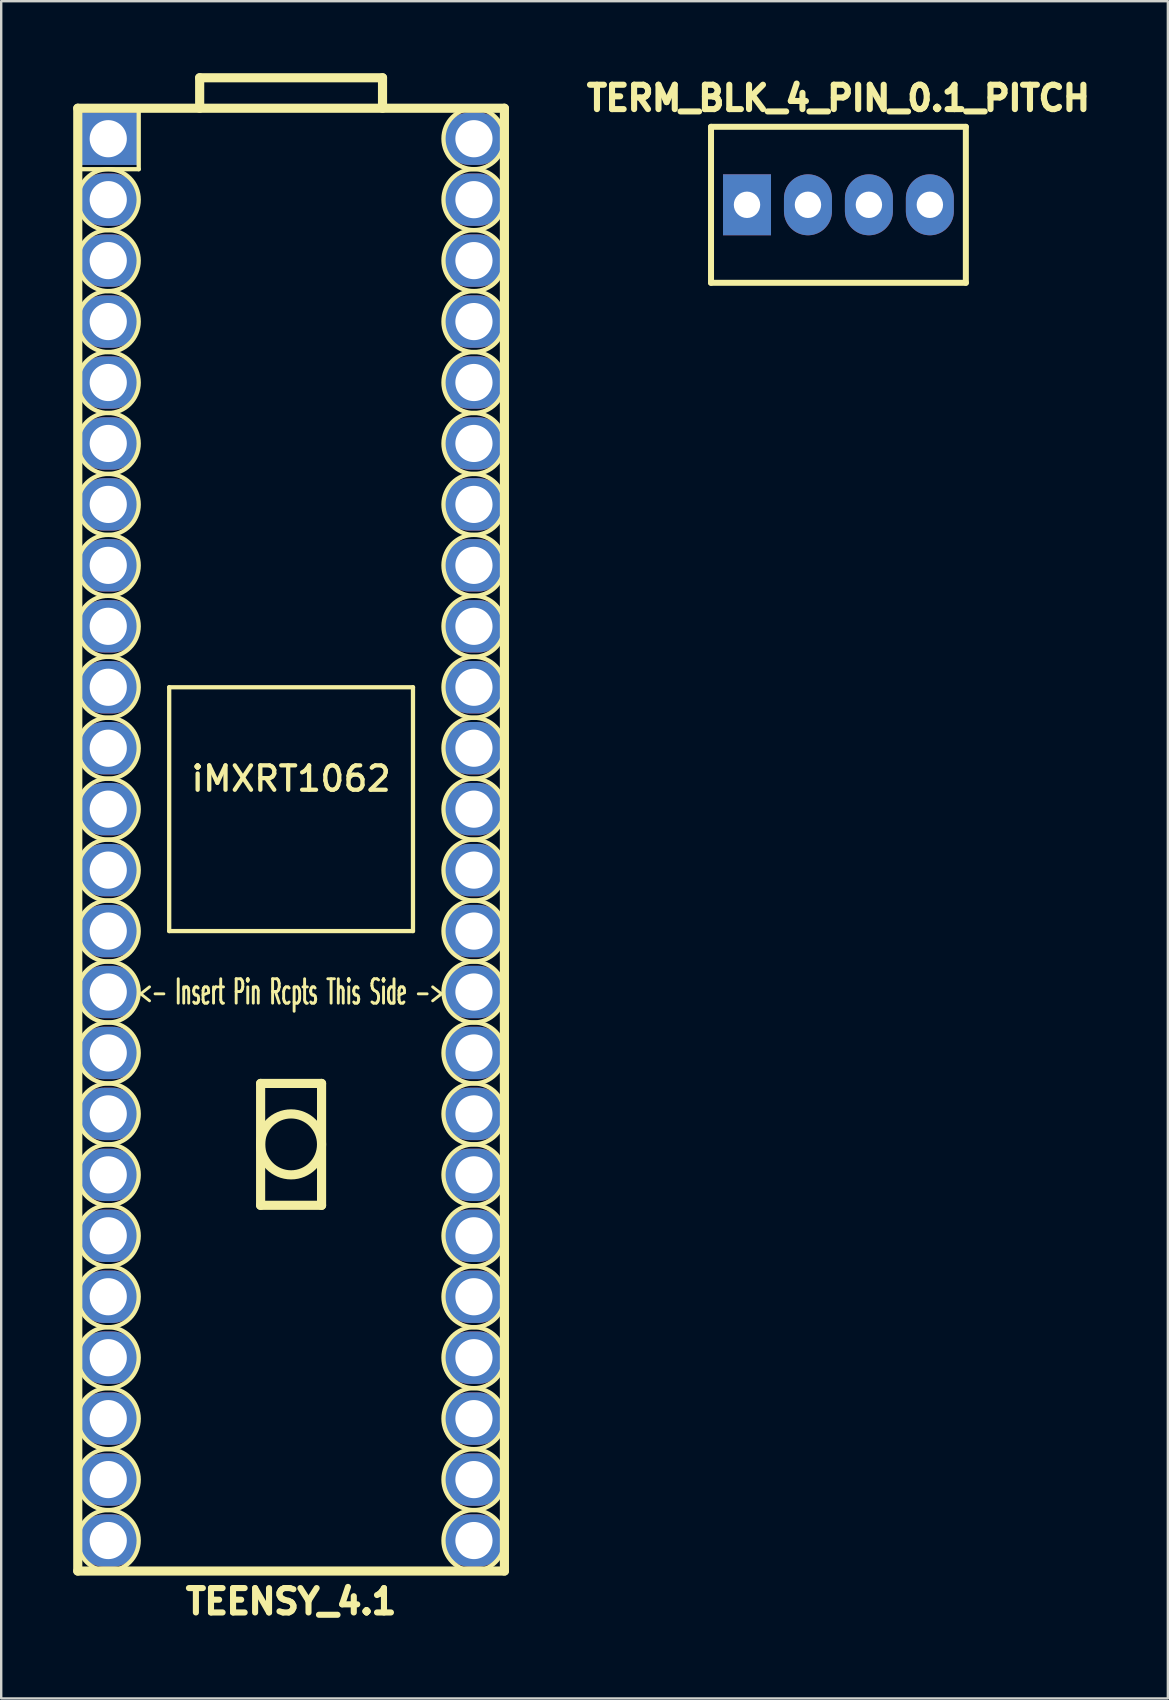
<source format=kicad_pcb>
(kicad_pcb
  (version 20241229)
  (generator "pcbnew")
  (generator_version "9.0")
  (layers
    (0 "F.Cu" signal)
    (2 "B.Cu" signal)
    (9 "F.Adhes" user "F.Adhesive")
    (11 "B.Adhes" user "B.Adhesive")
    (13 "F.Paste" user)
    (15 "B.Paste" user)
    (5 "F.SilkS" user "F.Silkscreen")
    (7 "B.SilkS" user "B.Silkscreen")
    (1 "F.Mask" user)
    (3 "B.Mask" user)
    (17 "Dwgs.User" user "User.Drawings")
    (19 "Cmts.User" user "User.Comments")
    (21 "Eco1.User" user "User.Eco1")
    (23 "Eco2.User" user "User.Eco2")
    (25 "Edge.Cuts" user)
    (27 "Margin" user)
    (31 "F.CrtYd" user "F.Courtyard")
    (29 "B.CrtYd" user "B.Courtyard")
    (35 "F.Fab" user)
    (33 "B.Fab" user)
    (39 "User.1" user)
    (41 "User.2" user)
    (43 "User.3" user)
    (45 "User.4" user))
  (footprint "TEENSY_4.1"
    (layer "F.Cu")
    (at 9.081 19.241)
    (property "Reference" "TEENSY_4.1" (at 0 44.45 0) (layer "F.SilkS") (effects (font (size 1.016 1.016) (thickness 0.254))))
    (attr through_hole)
    (fp_line (start -8.89 -17.78) (end -8.89 43.18) (stroke (width 0.381) (type solid)) (layer "F.SilkS"))
    (fp_line (start -8.89 -15.24) (end -6.35 -15.24) (stroke (width 0.178) (type solid)) (layer "F.SilkS"))
    (fp_line (start -8.89 43.18) (end 8.89 43.18) (stroke (width 0.381) (type solid)) (layer "F.SilkS"))
    (fp_line (start -6.35 -15.24) (end -6.35 -17.78) (stroke (width 0.178) (type solid)) (layer "F.SilkS"))
    (fp_line (start -5.08 6.35) (end -5.08 16.51) (stroke (width 0.178) (type solid)) (layer "F.SilkS"))
    (fp_line (start -5.08 16.51) (end 5.08 16.51) (stroke (width 0.178) (type solid)) (layer "F.SilkS"))
    (fp_line (start -3.81 -19.05) (end 3.81 -19.05) (stroke (width 0.381) (type solid)) (layer "F.SilkS"))
    (fp_line (start -3.81 -17.78) (end -3.81 -19.05) (stroke (width 0.381) (type solid)) (layer "F.SilkS"))
    (fp_line (start -1.27 22.86) (end -1.27 27.94) (stroke (width 0.381) (type solid)) (layer "F.SilkS"))
    (fp_line (start -1.27 27.94) (end 1.27 27.94) (stroke (width 0.381) (type solid)) (layer "F.SilkS"))
    (fp_line (start 1.27 22.86) (end -1.27 22.86) (stroke (width 0.381) (type solid)) (layer "F.SilkS"))
    (fp_line (start 1.27 27.94) (end 1.27 22.86) (stroke (width 0.381) (type solid)) (layer "F.SilkS"))
    (fp_line (start 3.81 -19.05) (end 3.81 -17.78) (stroke (width 0.381) (type solid)) (layer "F.SilkS"))
    (fp_line (start 5.08 6.35) (end -5.08 6.35) (stroke (width 0.178) (type solid)) (layer "F.SilkS"))
    (fp_line (start 5.08 16.51) (end 5.08 6.35) (stroke (width 0.178) (type solid)) (layer "F.SilkS"))
    (fp_line (start 8.89 -17.78) (end -8.89 -17.78) (stroke (width 0.381) (type solid)) (layer "F.SilkS"))
    (fp_line (start 8.89 43.18) (end 8.89 -17.78) (stroke (width 0.381) (type solid)) (layer "F.SilkS"))
    (fp_circle (center -7.62 -13.97) (end -6.35 -13.97) (stroke (width 0.178) (type solid)) (fill no) (layer "F.SilkS"))
    (fp_circle (center -7.62 -11.43) (end -6.35 -11.43) (stroke (width 0.178) (type solid)) (fill no) (layer "F.SilkS"))
    (fp_circle (center -7.62 -8.89) (end -6.35 -8.89) (stroke (width 0.178) (type solid)) (fill no) (layer "F.SilkS"))
    (fp_circle (center -7.62 -6.35) (end -6.35 -6.35) (stroke (width 0.178) (type solid)) (fill no) (layer "F.SilkS"))
    (fp_circle (center -7.62 -3.81) (end -6.35 -3.81) (stroke (width 0.178) (type solid)) (fill no) (layer "F.SilkS"))
    (fp_circle (center -7.62 -1.27) (end -6.35 -1.27) (stroke (width 0.178) (type solid)) (fill no) (layer "F.SilkS"))
    (fp_circle (center -7.62 1.27) (end -6.35 1.27) (stroke (width 0.178) (type solid)) (fill no) (layer "F.SilkS"))
    (fp_circle (center -7.62 3.81) (end -6.35 3.81) (stroke (width 0.178) (type solid)) (fill no) (layer "F.SilkS"))
    (fp_circle (center -7.62 6.35) (end -6.35 6.35) (stroke (width 0.178) (type solid)) (fill no) (layer "F.SilkS"))
    (fp_circle (center -7.62 8.89) (end -6.35 8.89) (stroke (width 0.178) (type solid)) (fill no) (layer "F.SilkS"))
    (fp_circle (center -7.62 11.43) (end -6.35 11.43) (stroke (width 0.178) (type solid)) (fill no) (layer "F.SilkS"))
    (fp_circle (center -7.62 13.97) (end -6.35 13.97) (stroke (width 0.178) (type solid)) (fill no) (layer "F.SilkS"))
    (fp_circle (center -7.62 16.51) (end -6.35 16.51) (stroke (width 0.178) (type solid)) (fill no) (layer "F.SilkS"))
    (fp_circle (center -7.62 19.05) (end -6.35 19.05) (stroke (width 0.178) (type solid)) (fill no) (layer "F.SilkS"))
    (fp_circle (center -7.62 21.59) (end -6.35 21.59) (stroke (width 0.178) (type solid)) (fill no) (layer "F.SilkS"))
    (fp_circle (center -7.62 24.13) (end -6.35 24.13) (stroke (width 0.178) (type solid)) (fill no) (layer "F.SilkS"))
    (fp_circle (center -7.62 26.67) (end -6.35 26.67) (stroke (width 0.178) (type solid)) (fill no) (layer "F.SilkS"))
    (fp_circle (center -7.62 29.21) (end -6.35 29.21) (stroke (width 0.178) (type solid)) (fill no) (layer "F.SilkS"))
    (fp_circle (center -7.62 31.75) (end -6.35 31.75) (stroke (width 0.178) (type solid)) (fill no) (layer "F.SilkS"))
    (fp_circle (center -7.62 34.29) (end -6.35 34.29) (stroke (width 0.178) (type solid)) (fill no) (layer "F.SilkS"))
    (fp_circle (center -7.62 36.83) (end -6.35 36.83) (stroke (width 0.178) (type solid)) (fill no) (layer "F.SilkS"))
    (fp_circle (center -7.62 39.37) (end -6.35 39.37) (stroke (width 0.178) (type solid)) (fill no) (layer "F.SilkS"))
    (fp_circle (center -7.62 41.91) (end -6.35 41.91) (stroke (width 0.178) (type solid)) (fill no) (layer "F.SilkS"))
    (fp_circle (center 0 25.4) (end -1.27 25.4) (stroke (width 0.381) (type solid)) (fill no) (layer "F.SilkS"))
    (fp_circle (center 7.62 -16.51) (end 8.89 -16.51) (stroke (width 0.178) (type solid)) (fill no) (layer "F.SilkS"))
    (fp_circle (center 7.62 -13.97) (end 8.89 -13.97) (stroke (width 0.178) (type solid)) (fill no) (layer "F.SilkS"))
    (fp_circle (center 7.62 -11.43) (end 8.89 -11.43) (stroke (width 0.178) (type solid)) (fill no) (layer "F.SilkS"))
    (fp_circle (center 7.62 -8.89) (end 8.89 -8.89) (stroke (width 0.178) (type solid)) (fill no) (layer "F.SilkS"))
    (fp_circle (center 7.62 -6.35) (end 8.89 -6.35) (stroke (width 0.178) (type solid)) (fill no) (layer "F.SilkS"))
    (fp_circle (center 7.62 -3.81) (end 8.89 -3.81) (stroke (width 0.178) (type solid)) (fill no) (layer "F.SilkS"))
    (fp_circle (center 7.62 -1.27) (end 8.89 -1.27) (stroke (width 0.178) (type solid)) (fill no) (layer "F.SilkS"))
    (fp_circle (center 7.62 1.27) (end 8.89 1.27) (stroke (width 0.178) (type solid)) (fill no) (layer "F.SilkS"))
    (fp_circle (center 7.62 3.81) (end 8.89 3.81) (stroke (width 0.178) (type solid)) (fill no) (layer "F.SilkS"))
    (fp_circle (center 7.62 6.35) (end 8.89 6.35) (stroke (width 0.178) (type solid)) (fill no) (layer "F.SilkS"))
    (fp_circle (center 7.62 8.89) (end 8.89 8.89) (stroke (width 0.178) (type solid)) (fill no) (layer "F.SilkS"))
    (fp_circle (center 7.62 11.43) (end 8.89 11.43) (stroke (width 0.178) (type solid)) (fill no) (layer "F.SilkS"))
    (fp_circle (center 7.62 13.97) (end 8.89 13.97) (stroke (width 0.178) (type solid)) (fill no) (layer "F.SilkS"))
    (fp_circle (center 7.62 16.51) (end 8.89 16.51) (stroke (width 0.178) (type solid)) (fill no) (layer "F.SilkS"))
    (fp_circle (center 7.62 19.05) (end 8.89 19.05) (stroke (width 0.178) (type solid)) (fill no) (layer "F.SilkS"))
    (fp_circle (center 7.62 21.59) (end 8.89 21.59) (stroke (width 0.178) (type solid)) (fill no) (layer "F.SilkS"))
    (fp_circle (center 7.62 24.13) (end 8.89 24.13) (stroke (width 0.178) (type solid)) (fill no) (layer "F.SilkS"))
    (fp_circle (center 7.62 26.67) (end 8.89 26.67) (stroke (width 0.178) (type solid)) (fill no) (layer "F.SilkS"))
    (fp_circle (center 7.62 29.21) (end 8.89 29.21) (stroke (width 0.178) (type solid)) (fill no) (layer "F.SilkS"))
    (fp_circle (center 7.62 31.75) (end 8.89 31.75) (stroke (width 0.178) (type solid)) (fill no) (layer "F.SilkS"))
    (fp_circle (center 7.62 34.29) (end 8.89 34.29) (stroke (width 0.178) (type solid)) (fill no) (layer "F.SilkS"))
    (fp_circle (center 7.62 36.83) (end 8.89 36.83) (stroke (width 0.178) (type solid)) (fill no) (layer "F.SilkS"))
    (fp_circle (center 7.62 39.37) (end 8.89 39.37) (stroke (width 0.178) (type solid)) (fill no) (layer "F.SilkS"))
    (fp_circle (center 7.62 41.91) (end 8.89 41.91) (stroke (width 0.178) (type solid)) (fill no) (layer "F.SilkS"))
    (fp_text user "iMXRT1062" (at 0 10.16 0) (layer "F.SilkS") (effects (font (size 1.016 1.016) (thickness 0.178))))
    (fp_text user "<- Insert Pin Rcpts This Side ->" (at 0 19.05 0) (layer "F.SilkS") (effects (font (size 1.016 0.483) (thickness 0.121))))
    (pad "" thru_hole oval (at 7.62 -13.97) (size 2.54 2.184) (drill 1.549) (layers "*.Cu" "*.Mask"))
    (pad "" thru_hole oval (at 7.62 19.05) (size 2.54 2.184) (drill 1.549) (layers "*.Cu" "*.Mask"))
    (pad "0" thru_hole oval (at -7.62 -13.97) (size 2.54 2.184) (drill 1.549) (layers "*.Cu" "*.Mask"))
    (pad "1" thru_hole oval (at -7.62 -11.43) (size 2.54 2.184) (drill 1.549) (layers "*.Cu" "*.Mask"))
    (pad "2" thru_hole oval (at -7.62 -8.89) (size 2.54 2.184) (drill 1.549) (layers "*.Cu" "*.Mask"))
    (pad "3" thru_hole oval (at -7.62 -6.35) (size 2.54 2.184) (drill 1.549) (layers "*.Cu" "*.Mask"))
    (pad "3V3" thru_hole oval (at -7.62 19.05) (size 2.54 2.184) (drill 1.549) (layers "*.Cu" "*.Mask"))
    (pad "3V3" thru_hole oval (at 7.62 -11.43) (size 2.54 2.184) (drill 1.549) (layers "*.Cu" "*.Mask"))
    (pad "4" thru_hole oval (at -7.62 -3.81) (size 2.54 2.184) (drill 1.549) (layers "*.Cu" "*.Mask"))
    (pad "5" thru_hole oval (at -7.62 -1.27) (size 2.54 2.184) (drill 1.549) (layers "*.Cu" "*.Mask"))
    (pad "6" thru_hole oval (at -7.62 1.27) (size 2.54 2.184) (drill 1.549) (layers "*.Cu" "*.Mask"))
    (pad "7" thru_hole oval (at -7.62 3.81) (size 2.54 2.184) (drill 1.549) (layers "*.Cu" "*.Mask"))
    (pad "8" thru_hole oval (at -7.62 6.35) (size 2.54 2.184) (drill 1.549) (layers "*.Cu" "*.Mask"))
    (pad "9" thru_hole oval (at -7.62 8.89) (size 2.54 2.184) (drill 1.549) (layers "*.Cu" "*.Mask"))
    (pad "10" thru_hole oval (at -7.62 11.43) (size 2.54 2.184) (drill 1.549) (layers "*.Cu" "*.Mask"))
    (pad "11" thru_hole oval (at -7.62 13.97) (size 2.54 2.184) (drill 1.549) (layers "*.Cu" "*.Mask"))
    (pad "12" thru_hole oval (at -7.62 16.51) (size 2.54 2.184) (drill 1.549) (layers "*.Cu" "*.Mask"))
    (pad "13" thru_hole oval (at 7.62 16.51) (size 2.54 2.184) (drill 1.549) (layers "*.Cu" "*.Mask"))
    (pad "14" thru_hole oval (at 7.62 13.97) (size 2.54 2.184) (drill 1.549) (layers "*.Cu" "*.Mask"))
    (pad "15" thru_hole oval (at 7.62 11.43) (size 2.54 2.184) (drill 1.549) (layers "*.Cu" "*.Mask"))
    (pad "16" thru_hole oval (at 7.62 8.89) (size 2.54 2.184) (drill 1.549) (layers "*.Cu" "*.Mask"))
    (pad "17" thru_hole oval (at 7.62 6.35) (size 2.54 2.184) (drill 1.549) (layers "*.Cu" "*.Mask"))
    (pad "18" thru_hole oval (at 7.62 3.81) (size 2.54 2.184) (drill 1.549) (layers "*.Cu" "*.Mask"))
    (pad "19" thru_hole oval (at 7.62 1.27) (size 2.54 2.184) (drill 1.549) (layers "*.Cu" "*.Mask"))
    (pad "20" thru_hole oval (at 7.62 -1.27) (size 2.54 2.184) (drill 1.549) (layers "*.Cu" "*.Mask"))
    (pad "21" thru_hole oval (at 7.62 -3.81) (size 2.54 2.184) (drill 1.549) (layers "*.Cu" "*.Mask"))
    (pad "22" thru_hole oval (at 7.62 -6.35) (size 2.54 2.184) (drill 1.549) (layers "*.Cu" "*.Mask"))
    (pad "23" thru_hole oval (at 7.62 -8.89) (size 2.54 2.184) (drill 1.549) (layers "*.Cu" "*.Mask"))
    (pad "24" thru_hole oval (at -7.62 21.59) (size 2.54 2.184) (drill 1.549) (layers "*.Cu" "*.Mask"))
    (pad "25" thru_hole oval (at -7.62 24.13) (size 2.54 2.184) (drill 1.549) (layers "*.Cu" "*.Mask"))
    (pad "26" thru_hole oval (at -7.62 26.67) (size 2.54 2.184) (drill 1.549) (layers "*.Cu" "*.Mask"))
    (pad "27" thru_hole oval (at -7.62 29.21) (size 2.54 2.184) (drill 1.549) (layers "*.Cu" "*.Mask"))
    (pad "28" thru_hole oval (at -7.62 31.75) (size 2.54 2.184) (drill 1.549) (layers "*.Cu" "*.Mask"))
    (pad "29" thru_hole oval (at -7.62 34.29) (size 2.54 2.184) (drill 1.549) (layers "*.Cu" "*.Mask"))
    (pad "30" thru_hole oval (at -7.62 36.83) (size 2.54 2.184) (drill 1.549) (layers "*.Cu" "*.Mask"))
    (pad "31" thru_hole oval (at -7.62 39.37) (size 2.54 2.184) (drill 1.549) (layers "*.Cu" "*.Mask"))
    (pad "32" thru_hole oval (at -7.62 41.91) (size 2.54 2.184) (drill 1.549) (layers "*.Cu" "*.Mask"))
    (pad "33" thru_hole oval (at 7.62 41.91) (size 2.54 2.184) (drill 1.549) (layers "*.Cu" "*.Mask"))
    (pad "34" thru_hole oval (at 7.62 39.37) (size 2.54 2.184) (drill 1.549) (layers "*.Cu" "*.Mask"))
    (pad "35" thru_hole oval (at 7.62 36.83) (size 2.54 2.184) (drill 1.549) (layers "*.Cu" "*.Mask"))
    (pad "36" thru_hole oval (at 7.62 34.29) (size 2.54 2.184) (drill 1.549) (layers "*.Cu" "*.Mask"))
    (pad "37" thru_hole oval (at 7.62 31.75) (size 2.54 2.184) (drill 1.549) (layers "*.Cu" "*.Mask"))
    (pad "38" thru_hole oval (at 7.62 29.21) (size 2.54 2.184) (drill 1.549) (layers "*.Cu" "*.Mask"))
    (pad "39" thru_hole oval (at 7.62 26.67) (size 2.54 2.184) (drill 1.549) (layers "*.Cu" "*.Mask"))
    (pad "40" thru_hole oval (at 7.62 24.13) (size 2.54 2.184) (drill 1.549) (layers "*.Cu" "*.Mask"))
    (pad "41" thru_hole oval (at 7.62 21.59) (size 2.54 2.184) (drill 1.549) (layers "*.Cu" "*.Mask"))
    (pad "GND" thru_hole rect (at -7.62 -16.51) (size 2.54 2.184) (drill 1.549) (layers "*.Cu" "*.Mask"))
    (pad "V_IN" thru_hole oval (at 7.62 -16.51) (size 2.54 2.184) (drill 1.549) (layers "*.Cu" "*.Mask")))
  (footprint "TERM_BLK_4_PIN_0.1_PITCH"
    (layer "F.Cu")
    (at 31.891 5.485)
    (property "Reference" "TERM_BLK_4_PIN_0.1_PITCH" (at 0 -4.445 0) (layer "F.SilkS") (effects (font (size 1.016 1.016) (thickness 0.254))))
    (attr through_hole)
    (fp_line (start -5.31 -3.25) (end -5.31 3.25) (stroke (width 0.25) (type solid)) (layer "F.SilkS"))
    (fp_line (start -5.31 -3.25) (end 5.31 -3.25) (stroke (width 0.25) (type solid)) (layer "F.SilkS"))
    (fp_line (start -5.31 3.25) (end 5.31 3.25) (stroke (width 0.25) (type solid)) (layer "F.SilkS"))
    (fp_line (start 5.31 -3.25) (end 5.31 3.25) (stroke (width 0.25) (type solid)) (layer "F.SilkS"))
    (pad "1" thru_hole rect (at -3.81 0) (size 2 2.54) (drill 1.1) (layers "*.Cu" "*.Mask"))
    (pad "2" thru_hole oval (at -1.27 0) (size 2 2.54) (drill 1.1) (layers "*.Cu" "*.Mask"))
    (pad "3" thru_hole oval (at 1.27 0) (size 2 2.54) (drill 1.1) (layers "*.Cu" "*.Mask"))
    (pad "4" thru_hole oval (at 3.81 0) (size 2 2.54) (drill 1.1) (layers "*.Cu" "*.Mask")))
  (gr_rect
    (start -3 -3)
    (end 45.62 67.731)
    (stroke (width 0.1) (type default))
    (fill no)
    (layer "Edge.Cuts")))
</source>
